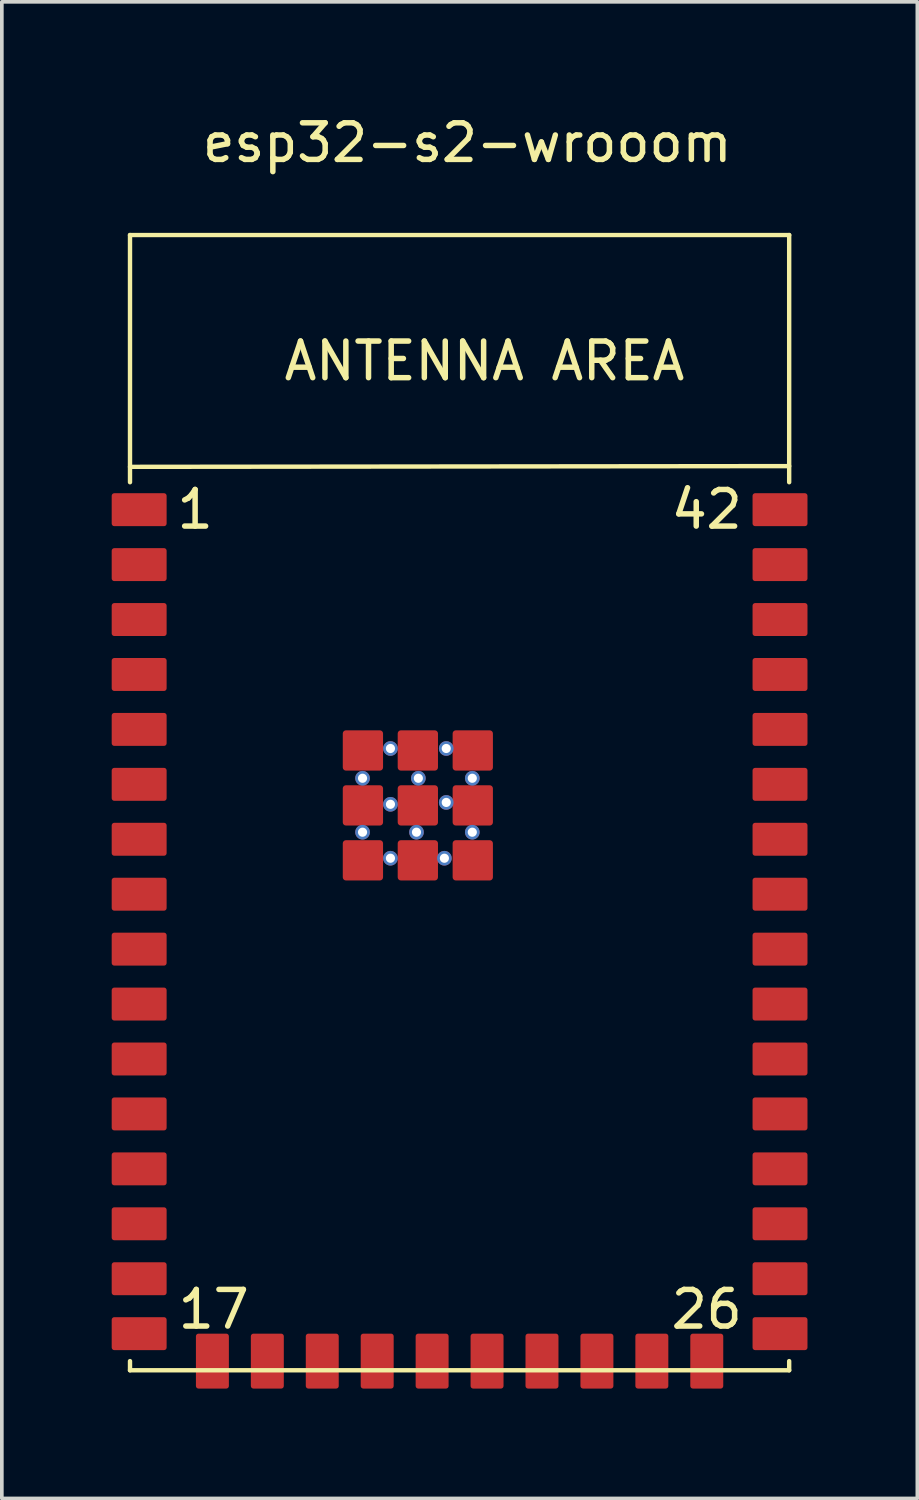
<source format=kicad_pcb>
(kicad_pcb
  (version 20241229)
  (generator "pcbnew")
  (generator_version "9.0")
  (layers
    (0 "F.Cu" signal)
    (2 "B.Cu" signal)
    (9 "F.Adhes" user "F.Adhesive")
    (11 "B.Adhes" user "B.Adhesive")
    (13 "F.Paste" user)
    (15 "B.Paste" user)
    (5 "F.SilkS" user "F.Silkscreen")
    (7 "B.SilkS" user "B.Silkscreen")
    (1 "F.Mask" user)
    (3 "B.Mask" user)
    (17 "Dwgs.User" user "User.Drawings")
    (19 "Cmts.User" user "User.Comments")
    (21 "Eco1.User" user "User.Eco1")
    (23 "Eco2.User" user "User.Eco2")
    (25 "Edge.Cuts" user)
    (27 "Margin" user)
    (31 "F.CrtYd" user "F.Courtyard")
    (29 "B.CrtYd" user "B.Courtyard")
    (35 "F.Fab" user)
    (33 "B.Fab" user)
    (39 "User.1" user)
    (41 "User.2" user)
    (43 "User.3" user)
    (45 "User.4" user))
  (footprint "esp32-s2-wrooom"
    (layer "F.Cu")
    (at 9.55 18.768)
    (property "Reference" "esp32-s2-wrooom" (at 0.16 -17.92 0) (layer "F.SilkS") (effects (font (size 1 1) (thickness 0.15))))
    (attr through_hole)
    (fp_line (start -9.05 -15.4) (end -9.05 -8.65) (stroke (width 0.12) (type solid)) (layer "F.SilkS"))
    (fp_line (start -9.05 15.35) (end -9.05 15.6) (stroke (width 0.12) (type solid)) (layer "F.SilkS"))
    (fp_line (start -9.05 15.6) (end 8.95 15.6) (stroke (width 0.12) (type solid)) (layer "F.SilkS"))
    (fp_line (start 8.95 -15.4) (end -9.05 -15.4) (stroke (width 0.12) (type solid)) (layer "F.SilkS"))
    (fp_line (start 8.95 -9.09) (end -9.05 -9.07) (stroke (width 0.12) (type solid)) (layer "F.SilkS"))
    (fp_line (start 8.95 -8.65) (end 8.95 -15.4) (stroke (width 0.12) (type solid)) (layer "F.SilkS"))
    (fp_line (start 8.95 15.35) (end 8.95 15.6) (stroke (width 0.12) (type solid)) (layer "F.SilkS"))
    (fp_text user "1" (at -7.272 -7.907 0) (layer "F.SilkS") (effects (font (size 1 1) (thickness 0.15))))
    (fp_text user "42" (at 6.698 -7.907 0) (layer "F.SilkS") (effects (font (size 1 1) (thickness 0.15))))
    (fp_text user "26" (at 6.698 13.937 0) (layer "F.SilkS") (effects (font (size 1 1) (thickness 0.15))))
    (fp_text user "17" (at -6.764 13.937 0) (layer "F.SilkS") (effects (font (size 1 1) (thickness 0.15))))
    (fp_text user "ANTENNA AREA" (at 0.63 -11.96 0) (layer "F.SilkS") (effects (font (size 1 1) (thickness 0.15))))
    (pad "" thru_hole circle (at -2.7 -0.566 180) (size 0.4 0.4) (drill oval 0.25) (layers "*.Cu" "*.Mask"))
    (pad "" thru_hole circle (at -2.7 0.907 180) (size 0.4 0.4) (drill oval 0.25) (layers "*.Cu" "*.Mask"))
    (pad "" thru_hole circle (at -1.938 -1.379 180) (size 0.4 0.4) (drill oval 0.25) (layers "*.Cu" "*.Mask"))
    (pad "" thru_hole circle (at -1.938 0.145 180) (size 0.4 0.4) (drill oval 0.25) (layers "*.Cu" "*.Mask"))
    (pad "" thru_hole circle (at -1.938 1.618 180) (size 0.4 0.4) (drill oval 0.25) (layers "*.Cu" "*.Mask"))
    (pad "" thru_hole circle (at -1.227 0.907 180) (size 0.4 0.4) (drill oval 0.25) (layers "*.Cu" "*.Mask"))
    (pad "" thru_hole circle (at -1.176 -0.566 180) (size 0.4 0.4) (drill oval 0.25) (layers "*.Cu" "*.Mask"))
    (pad "" thru_hole circle (at -0.465 1.618 180) (size 0.4 0.4) (drill oval 0.25) (layers "*.Cu" "*.Mask"))
    (pad "" thru_hole circle (at -0.414 -1.379 180) (size 0.4 0.4) (drill oval 0.25) (layers "*.Cu" "*.Mask"))
    (pad "" thru_hole circle (at -0.414 0.094 180) (size 0.4 0.4) (drill oval 0.25) (layers "*.Cu" "*.Mask"))
    (pad "" thru_hole circle (at 0.297 -0.566 180) (size 0.4 0.4) (drill oval 0.25) (layers "*.Cu" "*.Mask"))
    (pad "" thru_hole circle (at 0.297 0.907 180) (size 0.4 0.4) (drill oval 0.25) (layers "*.Cu" "*.Mask"))
    (pad "1" smd roundrect (at -8.8 -7.9) (size 1.5 0.9) (layers "F.Cu" "F.Mask" "F.Paste") (roundrect_rratio 0.079))
    (pad "2" smd roundrect (at -8.8 -6.4) (size 1.5 0.9) (layers "F.Cu" "F.Mask" "F.Paste") (roundrect_rratio 0.079))
    (pad "3" smd roundrect (at -8.8 -4.9) (size 1.5 0.9) (layers "F.Cu" "F.Mask" "F.Paste") (roundrect_rratio 0.079))
    (pad "4" smd roundrect (at -8.8 -3.4) (size 1.5 0.9) (layers "F.Cu" "F.Mask" "F.Paste") (roundrect_rratio 0.079))
    (pad "5" smd roundrect (at -8.8 -1.9) (size 1.5 0.9) (layers "F.Cu" "F.Mask" "F.Paste") (roundrect_rratio 0.079))
    (pad "6" smd roundrect (at -8.8 -0.4) (size 1.5 0.9) (layers "F.Cu" "F.Mask" "F.Paste") (roundrect_rratio 0.079))
    (pad "7" smd roundrect (at -8.8 1.1) (size 1.5 0.9) (layers "F.Cu" "F.Mask" "F.Paste") (roundrect_rratio 0.079))
    (pad "8" smd roundrect (at -8.8 2.6) (size 1.5 0.9) (layers "F.Cu" "F.Mask" "F.Paste") (roundrect_rratio 0.079))
    (pad "9" smd roundrect (at -8.8 4.1) (size 1.5 0.9) (layers "F.Cu" "F.Mask" "F.Paste") (roundrect_rratio 0.079))
    (pad "10" smd roundrect (at -8.8 5.6) (size 1.5 0.9) (layers "F.Cu" "F.Mask" "F.Paste") (roundrect_rratio 0.079))
    (pad "11" smd roundrect (at -8.8 7.1) (size 1.5 0.9) (layers "F.Cu" "F.Mask" "F.Paste") (roundrect_rratio 0.079))
    (pad "12" smd roundrect (at -8.8 8.6) (size 1.5 0.9) (layers "F.Cu" "F.Mask" "F.Paste") (roundrect_rratio 0.079))
    (pad "13" smd roundrect (at -8.8 10.1) (size 1.5 0.9) (layers "F.Cu" "F.Mask" "F.Paste") (roundrect_rratio 0.079))
    (pad "14" smd roundrect (at -8.8 11.6) (size 1.5 0.9) (layers "F.Cu" "F.Mask" "F.Paste") (roundrect_rratio 0.079))
    (pad "15" smd roundrect (at -8.8 13.1) (size 1.5 0.9) (layers "F.Cu" "F.Mask" "F.Paste") (roundrect_rratio 0.079))
    (pad "16" smd roundrect (at -8.8 14.6) (size 1.5 0.9) (layers "F.Cu" "F.Mask" "F.Paste") (roundrect_rratio 0.079))
    (pad "17" smd roundrect (at -6.8 15.35 90) (size 1.5 0.9) (layers "F.Cu" "F.Mask" "F.Paste") (roundrect_rratio 0.079))
    (pad "18" smd roundrect (at -5.3 15.35 90) (size 1.5 0.9) (layers "F.Cu" "F.Mask" "F.Paste") (roundrect_rratio 0.079))
    (pad "19" smd roundrect (at -3.8 15.35 90) (size 1.5 0.9) (layers "F.Cu" "F.Mask" "F.Paste") (roundrect_rratio 0.079))
    (pad "20" smd roundrect (at -2.3 15.35 90) (size 1.5 0.9) (layers "F.Cu" "F.Mask" "F.Paste") (roundrect_rratio 0.079))
    (pad "21" smd roundrect (at -0.8 15.35 90) (size 1.5 0.9) (layers "F.Cu" "F.Mask" "F.Paste") (roundrect_rratio 0.079))
    (pad "22" smd roundrect (at 0.7 15.35 90) (size 1.5 0.9) (layers "F.Cu" "F.Mask" "F.Paste") (roundrect_rratio 0.079))
    (pad "23" smd roundrect (at 2.2 15.35 90) (size 1.5 0.9) (layers "F.Cu" "F.Mask" "F.Paste") (roundrect_rratio 0.079))
    (pad "24" smd roundrect (at 3.7 15.35 90) (size 1.5 0.9) (layers "F.Cu" "F.Mask" "F.Paste") (roundrect_rratio 0.079))
    (pad "25" smd roundrect (at 5.2 15.35 90) (size 1.5 0.9) (layers "F.Cu" "F.Mask" "F.Paste") (roundrect_rratio 0.079))
    (pad "26" smd roundrect (at 6.7 15.35 90) (size 1.5 0.9) (layers "F.Cu" "F.Mask" "F.Paste") (roundrect_rratio 0.079))
    (pad "27" smd roundrect (at 8.7 14.6 180) (size 1.5 0.9) (layers "F.Cu" "F.Mask" "F.Paste") (roundrect_rratio 0.079))
    (pad "28" smd roundrect (at 8.7 13.1 180) (size 1.5 0.9) (layers "F.Cu" "F.Mask" "F.Paste") (roundrect_rratio 0.079))
    (pad "29" smd roundrect (at 8.7 11.6 180) (size 1.5 0.9) (layers "F.Cu" "F.Mask" "F.Paste") (roundrect_rratio 0.079))
    (pad "30" smd roundrect (at 8.7 10.1 180) (size 1.5 0.9) (layers "F.Cu" "F.Mask" "F.Paste") (roundrect_rratio 0.079))
    (pad "31" smd roundrect (at 8.7 8.6 180) (size 1.5 0.9) (layers "F.Cu" "F.Mask" "F.Paste") (roundrect_rratio 0.079))
    (pad "32" smd roundrect (at 8.7 7.1 180) (size 1.5 0.9) (layers "F.Cu" "F.Mask" "F.Paste") (roundrect_rratio 0.079))
    (pad "33" smd roundrect (at 8.7 5.6 180) (size 1.5 0.9) (layers "F.Cu" "F.Mask" "F.Paste") (roundrect_rratio 0.079))
    (pad "34" smd roundrect (at 8.7 4.1 180) (size 1.5 0.9) (layers "F.Cu" "F.Mask" "F.Paste") (roundrect_rratio 0.079))
    (pad "35" smd roundrect (at 8.7 2.6 180) (size 1.5 0.9) (layers "F.Cu" "F.Mask" "F.Paste") (roundrect_rratio 0.079))
    (pad "36" smd roundrect (at 8.7 1.1 180) (size 1.5 0.9) (layers "F.Cu" "F.Mask" "F.Paste") (roundrect_rratio 0.079))
    (pad "37" smd roundrect (at 8.7 -0.4 180) (size 1.5 0.9) (layers "F.Cu" "F.Mask" "F.Paste") (roundrect_rratio 0.079))
    (pad "38" smd roundrect (at 8.7 -1.9 180) (size 1.5 0.9) (layers "F.Cu" "F.Mask" "F.Paste") (roundrect_rratio 0.079))
    (pad "39" smd roundrect (at 8.7 -3.4 180) (size 1.5 0.9) (layers "F.Cu" "F.Mask" "F.Paste") (roundrect_rratio 0.079))
    (pad "40" smd roundrect (at 8.7 -4.9 180) (size 1.5 0.9) (layers "F.Cu" "F.Mask" "F.Paste") (roundrect_rratio 0.079))
    (pad "41" smd roundrect (at 8.7 -6.4 180) (size 1.5 0.9) (layers "F.Cu" "F.Mask" "F.Paste") (roundrect_rratio 0.079))
    (pad "42" smd roundrect (at 8.7 -7.9 180) (size 1.5 0.9) (layers "F.Cu" "F.Mask" "F.Paste") (roundrect_rratio 0.079))
    (pad "43" smd roundrect (at -2.69 -1.325 180) (size 1.1 1.1) (layers "F.Cu" "F.Mask" "F.Paste") (roundrect_rratio 0.079))
    (pad "43" smd roundrect (at -2.69 0.175 180) (size 1.1 1.1) (layers "F.Cu" "F.Mask" "F.Paste") (roundrect_rratio 0.079))
    (pad "43" smd roundrect (at -2.69 1.675 180) (size 1.1 1.1) (layers "F.Cu" "F.Mask" "F.Paste") (roundrect_rratio 0.079))
    (pad "43" smd roundrect (at -1.19 -1.325 180) (size 1.1 1.1) (layers "F.Cu" "F.Mask" "F.Paste") (roundrect_rratio 0.079))
    (pad "43" smd roundrect (at -1.19 0.175 180) (size 1.1 1.1) (layers "F.Cu" "F.Mask" "F.Paste") (roundrect_rratio 0.079))
    (pad "43" smd roundrect (at -1.19 1.675 180) (size 1.1 1.1) (layers "F.Cu" "F.Mask" "F.Paste") (roundrect_rratio 0.079))
    (pad "43" smd roundrect (at 0.31 -1.325 180) (size 1.1 1.1) (layers "F.Cu" "F.Mask" "F.Paste") (roundrect_rratio 0.079))
    (pad "43" smd roundrect (at 0.31 0.175 180) (size 1.1 1.1) (layers "F.Cu" "F.Mask" "F.Paste") (roundrect_rratio 0.079))
    (pad "43" smd roundrect (at 0.31 1.675 180) (size 1.1 1.1) (layers "F.Cu" "F.Mask" "F.Paste") (roundrect_rratio 0.079)))
  (gr_rect
    (start -3 -3)
    (end 22 37.868)
    (stroke (width 0.1) (type default))
    (fill no)
    (layer "Edge.Cuts")))
</source>
